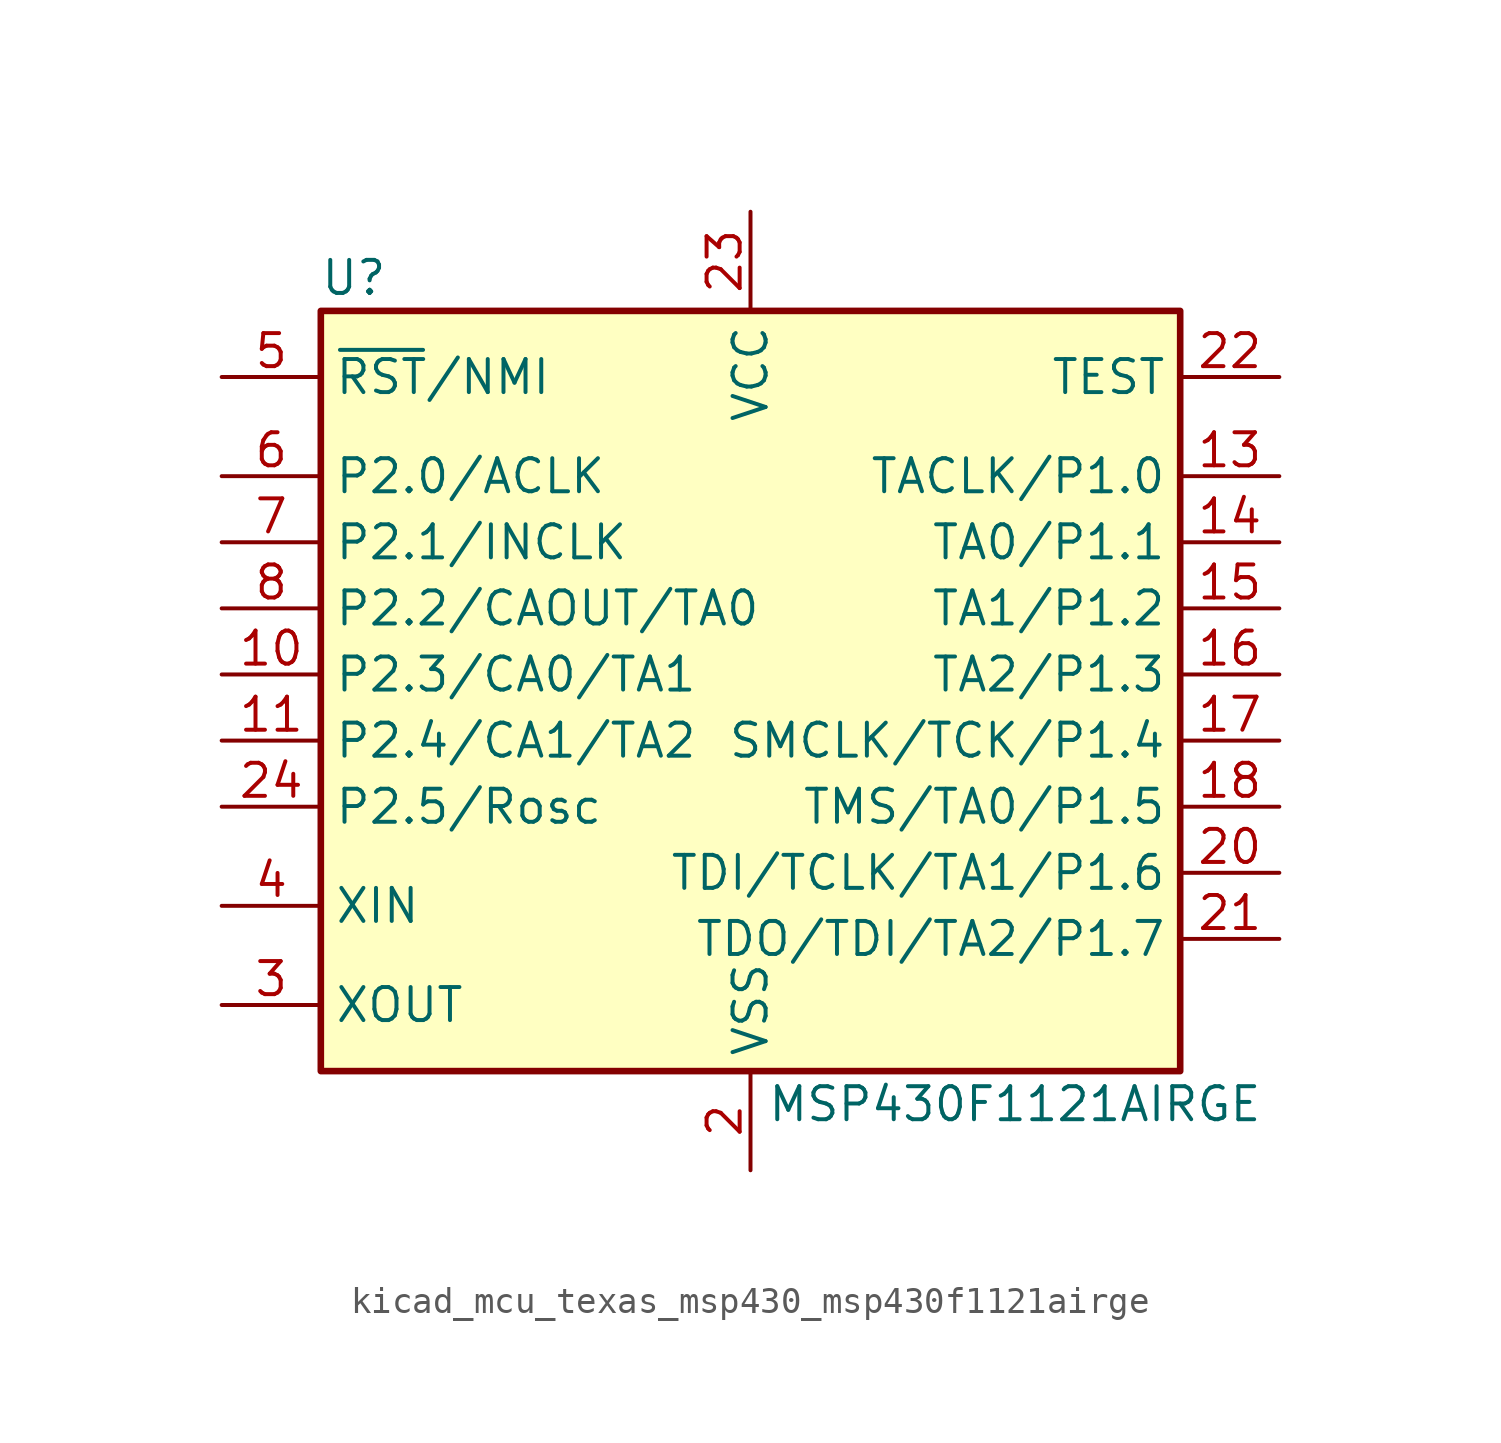
<source format=kicad_sym>
(kicad_symbol_lib
  (version 20220914)
  (generator kicad_symbol_editor)
  (symbol "kicad_mcu_texas_msp430_msp430f1121airge"
    (property "Reference" "U"
      (at -15.24 15.24 0)
      (effects (font (size 1.27 1.27))))
    (property "Value" "MSP430F1121AIRGE"
      (at 10.16 -16.51 0)
      (effects (font (size 1.27 1.27))))
    (symbol "kicad_mcu_texas_msp430_msp430f1121airge_0_1"
      (rectangle (start -16.51 13.97) (end 16.51 -15.24) (stroke (width 0.254) (type default)) (fill (type background))))
    (symbol "kicad_mcu_texas_msp430_msp430f1121airge_1_1"
      (pin bidirectional line (at -20.32 0 0) (length 3.81) (name "P2.3/CA0/TA1" (effects (font (size 1.27 1.27)))) (number "10" (effects (font (size 1.27 1.27)))))
      (pin bidirectional line (at -20.32 -2.54 0) (length 3.81) (name "P2.4/CA1/TA2" (effects (font (size 1.27 1.27)))) (number "11" (effects (font (size 1.27 1.27)))))
      (pin bidirectional line (at 20.32 7.62 180) (length 3.81) (name "TACLK/P1.0" (effects (font (size 1.27 1.27)))) (number "13" (effects (font (size 1.27 1.27)))))
      (pin bidirectional line (at 20.32 5.08 180) (length 3.81) (name "TA0/P1.1" (effects (font (size 1.27 1.27)))) (number "14" (effects (font (size 1.27 1.27)))))
      (pin bidirectional line (at 20.32 2.54 180) (length 3.81) (name "TA1/P1.2" (effects (font (size 1.27 1.27)))) (number "15" (effects (font (size 1.27 1.27)))))
      (pin bidirectional line (at 20.32 0 180) (length 3.81) (name "TA2/P1.3" (effects (font (size 1.27 1.27)))) (number "16" (effects (font (size 1.27 1.27)))))
      (pin bidirectional line (at 20.32 -2.54 180) (length 3.81) (name "SMCLK/TCK/P1.4" (effects (font (size 1.27 1.27)))) (number "17" (effects (font (size 1.27 1.27)))))
      (pin bidirectional line (at 20.32 -5.08 180) (length 3.81) (name "TMS/TA0/P1.5" (effects (font (size 1.27 1.27)))) (number "18" (effects (font (size 1.27 1.27)))))
      (pin power_in line (at 0 -19.05 90) (length 3.81) (name "VSS" (effects (font (size 1.27 1.27)))) (number "2" (effects (font (size 1.27 1.27)))))
      (pin bidirectional line (at 20.32 -7.62 180) (length 3.81) (name "TDI/TCLK/TA1/P1.6" (effects (font (size 1.27 1.27)))) (number "20" (effects (font (size 1.27 1.27)))))
      (pin bidirectional line (at 20.32 -10.16 180) (length 3.81) (name "TDO/TDI/TA2/P1.7" (effects (font (size 1.27 1.27)))) (number "21" (effects (font (size 1.27 1.27)))))
      (pin input line (at 20.32 11.43 180) (length 3.81) (name "TEST" (effects (font (size 1.27 1.27)))) (number "22" (effects (font (size 1.27 1.27)))))
      (pin power_in line (at 0 17.78 270) (length 3.81) (name "VCC" (effects (font (size 1.27 1.27)))) (number "23" (effects (font (size 1.27 1.27)))))
      (pin bidirectional line (at -20.32 -5.08 0) (length 3.81) (name "P2.5/Rosc" (effects (font (size 1.27 1.27)))) (number "24" (effects (font (size 1.27 1.27)))))
      (pin output line (at -20.32 -12.7 0) (length 3.81) (name "XOUT" (effects (font (size 1.27 1.27)))) (number "3" (effects (font (size 1.27 1.27)))))
      (pin input line (at -20.32 -8.89 0) (length 3.81) (name "XIN" (effects (font (size 1.27 1.27)))) (number "4" (effects (font (size 1.27 1.27)))))
      (pin input line (at -20.32 11.43 0) (length 3.81) (name "~{RST}/NMI" (effects (font (size 1.27 1.27)))) (number "5" (effects (font (size 1.27 1.27)))))
      (pin bidirectional line (at -20.32 7.62 0) (length 3.81) (name "P2.0/ACLK" (effects (font (size 1.27 1.27)))) (number "6" (effects (font (size 1.27 1.27)))))
      (pin bidirectional line (at -20.32 5.08 0) (length 3.81) (name "P2.1/INCLK" (effects (font (size 1.27 1.27)))) (number "7" (effects (font (size 1.27 1.27)))))
      (pin bidirectional line (at -20.32 2.54 0) (length 3.81) (name "P2.2/CAOUT/TA0" (effects (font (size 1.27 1.27)))) (number "8" (effects (font (size 1.27 1.27))))))))
</source>
